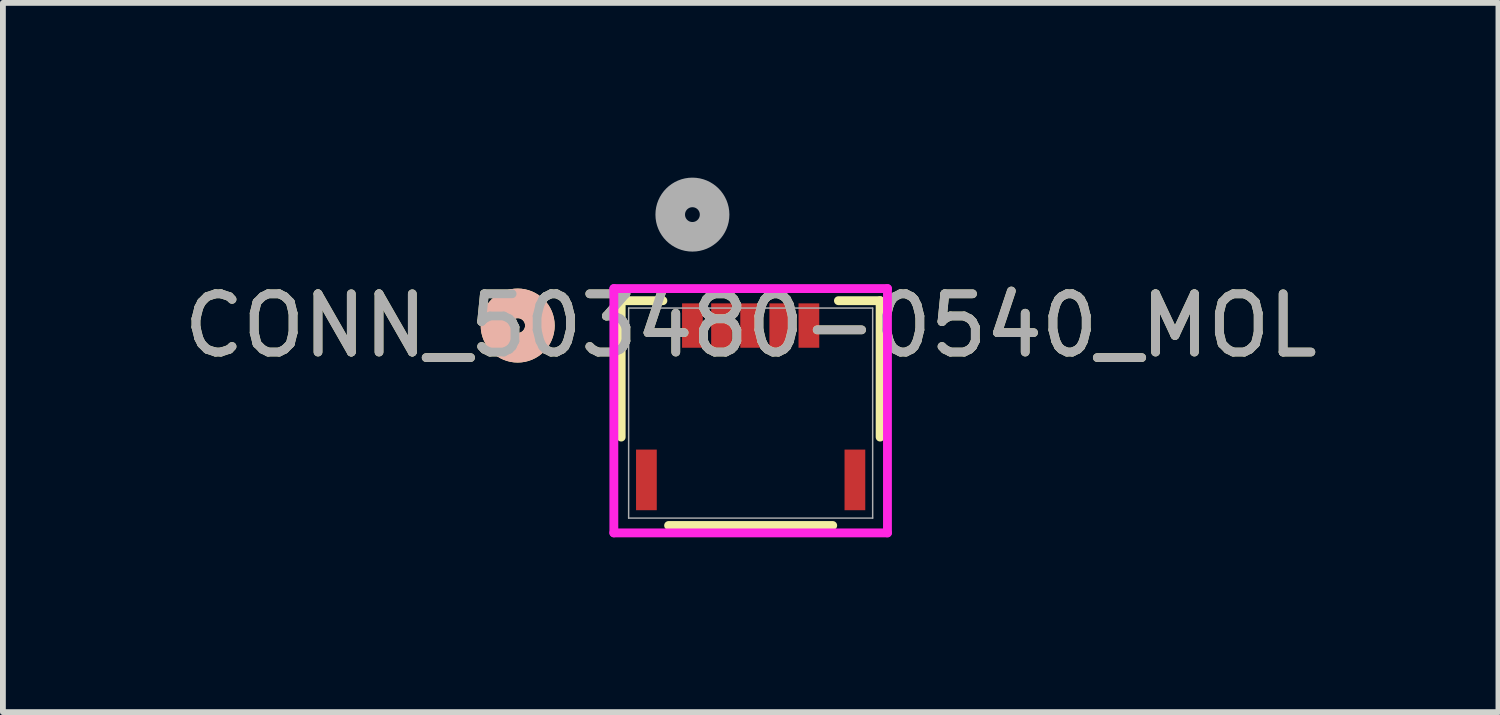
<source format=kicad_pcb>
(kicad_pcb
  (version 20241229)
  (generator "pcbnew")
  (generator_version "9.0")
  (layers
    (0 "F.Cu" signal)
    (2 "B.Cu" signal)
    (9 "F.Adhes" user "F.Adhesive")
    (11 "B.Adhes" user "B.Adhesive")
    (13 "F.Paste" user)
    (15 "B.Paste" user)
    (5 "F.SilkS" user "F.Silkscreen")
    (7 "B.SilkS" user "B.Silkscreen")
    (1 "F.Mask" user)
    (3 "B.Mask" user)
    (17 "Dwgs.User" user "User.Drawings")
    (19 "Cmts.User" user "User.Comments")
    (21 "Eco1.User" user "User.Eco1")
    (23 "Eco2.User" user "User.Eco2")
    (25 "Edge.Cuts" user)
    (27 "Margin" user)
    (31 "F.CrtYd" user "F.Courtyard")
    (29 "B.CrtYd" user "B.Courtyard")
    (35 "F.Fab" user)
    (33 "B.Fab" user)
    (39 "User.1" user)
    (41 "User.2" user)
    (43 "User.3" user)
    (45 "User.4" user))
  (footprint "CONN_503480-0540_MOL"
    (layer "F.Cu")
    (at 9.839 4.043)
    (property "Reference" "CONN_503480-0540_MOL" (at 0 -1.503 0) (unlocked yes) (layer "F.SilkS") (effects (font (size 1 1) (thickness 0.15))))
    (attr smd)
    (fp_line (start -2.223 -1.93) (end -2.223 0.412) (stroke (width 0.152) (type solid)) (layer "F.SilkS"))
    (fp_line (start -1.507 -1.93) (end -2.223 -1.93) (stroke (width 0.152) (type solid)) (layer "F.SilkS"))
    (fp_line (start -1.409 1.93) (end 1.409 1.93) (stroke (width 0.152) (type solid)) (layer "F.SilkS"))
    (fp_line (start 2.223 -1.93) (end 1.507 -1.93) (stroke (width 0.152) (type solid)) (layer "F.SilkS"))
    (fp_line (start 2.223 0.412) (end 2.223 -1.93) (stroke (width 0.152) (type solid)) (layer "F.SilkS"))
    (fp_circle (center -4 -1.503) (end -3.619 -1.503) (stroke (width 0.508) (type solid)) (fill no) (layer "F.SilkS"))
    (fp_circle (center -4 -1.503) (end -3.619 -1.503) (stroke (width 0.508) (type solid)) (fill no) (layer "B.SilkS"))
    (fp_line (start -2.349 -2.138) (end -2.349 2.057) (stroke (width 0.152) (type solid)) (layer "F.CrtYd"))
    (fp_line (start -2.349 2.057) (end 2.349 2.057) (stroke (width 0.152) (type solid)) (layer "F.CrtYd"))
    (fp_line (start 2.349 -2.138) (end -2.349 -2.138) (stroke (width 0.152) (type solid)) (layer "F.CrtYd"))
    (fp_line (start 2.349 2.057) (end 2.349 -2.138) (stroke (width 0.152) (type solid)) (layer "F.CrtYd"))
    (fp_line (start -2.095 -1.803) (end -2.095 1.803) (stroke (width 0.025) (type solid)) (layer "F.Fab"))
    (fp_line (start -2.095 1.803) (end 2.095 1.803) (stroke (width 0.025) (type solid)) (layer "F.Fab"))
    (fp_line (start 2.095 -1.803) (end -2.095 -1.803) (stroke (width 0.025) (type solid)) (layer "F.Fab"))
    (fp_line (start 2.095 1.803) (end 2.095 -1.803) (stroke (width 0.025) (type solid)) (layer "F.Fab"))
    (fp_circle (center -1 -3.408) (end -0.619 -3.408) (stroke (width 0.508) (type solid)) (fill no) (layer "F.Fab"))
    (fp_text user "${REFERENCE}" (at 0 -1.503 0) (unlocked yes) (layer "F.Fab") (effects (font (size 1 1) (thickness 0.15))))
    (pad "1" smd rect (at -1 -1.503) (size 0.356 0.762) (layers "F.Cu" "F.Mask" "F.Paste"))
    (pad "2" smd rect (at -0.5 -1.503) (size 0.356 0.762) (layers "F.Cu" "F.Mask" "F.Paste"))
    (pad "3" smd rect (at 0 -1.503) (size 0.356 0.762) (layers "F.Cu" "F.Mask" "F.Paste"))
    (pad "4" smd rect (at 0.5 -1.503) (size 0.356 0.762) (layers "F.Cu" "F.Mask" "F.Paste"))
    (pad "5" smd rect (at 1 -1.503) (size 0.356 0.762) (layers "F.Cu" "F.Mask" "F.Paste"))
    (pad "6" smd rect (at -1.79 1.147) (size 0.356 1.041) (layers "F.Cu" "F.Mask" "F.Paste"))
    (pad "7" smd rect (at 1.79 1.147) (size 0.356 1.041) (layers "F.Cu" "F.Mask" "F.Paste")))
  (gr_rect
    (start -3 -3)
    (end 22.679 9.177)
    (stroke (width 0.1) (type default))
    (fill no)
    (layer "Edge.Cuts")))
</source>
